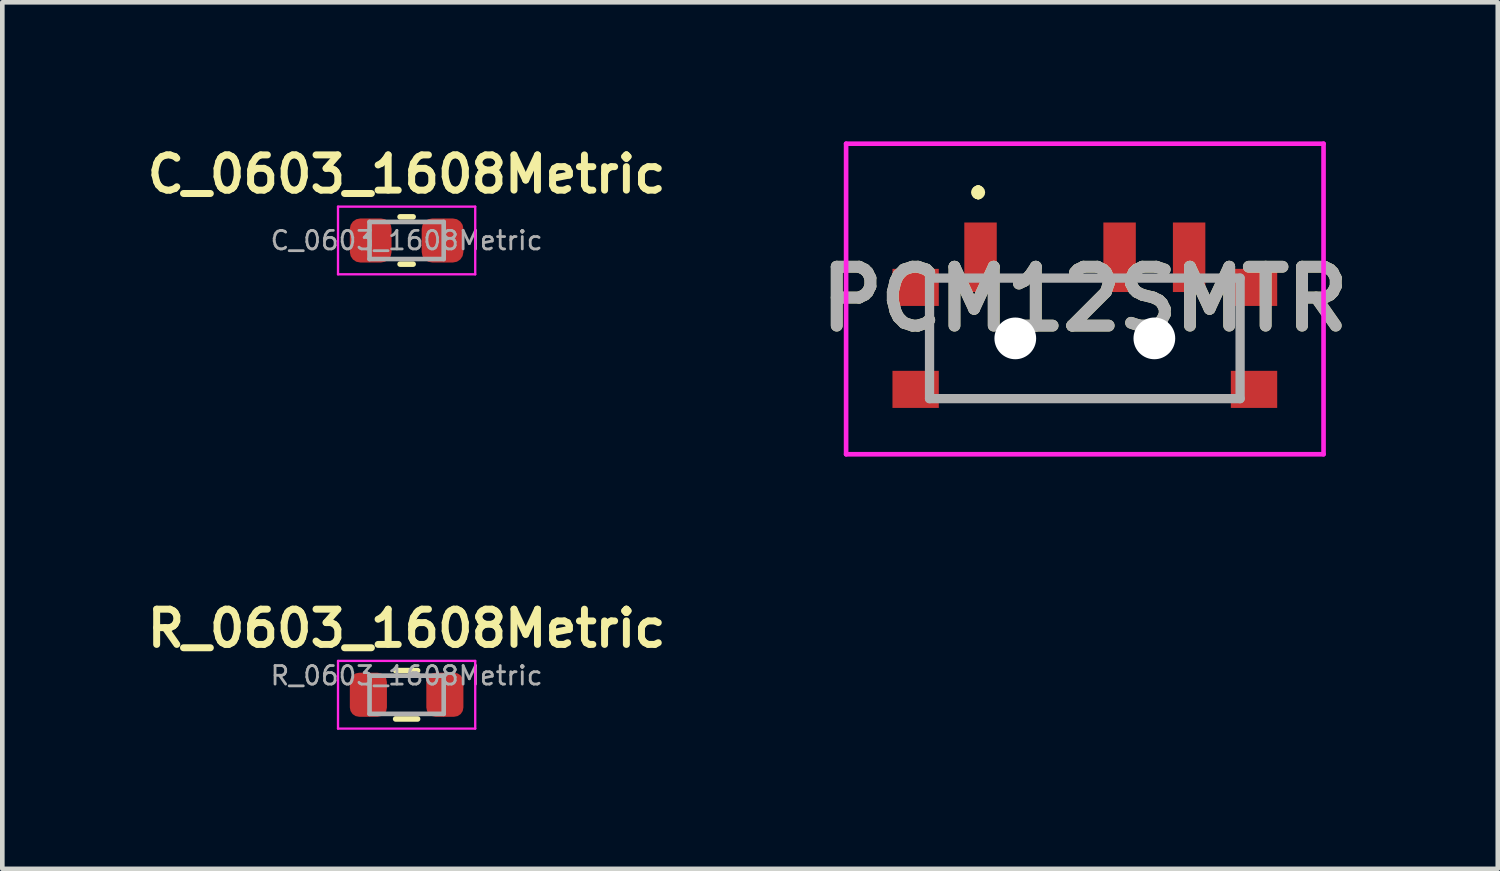
<source format=kicad_pcb>
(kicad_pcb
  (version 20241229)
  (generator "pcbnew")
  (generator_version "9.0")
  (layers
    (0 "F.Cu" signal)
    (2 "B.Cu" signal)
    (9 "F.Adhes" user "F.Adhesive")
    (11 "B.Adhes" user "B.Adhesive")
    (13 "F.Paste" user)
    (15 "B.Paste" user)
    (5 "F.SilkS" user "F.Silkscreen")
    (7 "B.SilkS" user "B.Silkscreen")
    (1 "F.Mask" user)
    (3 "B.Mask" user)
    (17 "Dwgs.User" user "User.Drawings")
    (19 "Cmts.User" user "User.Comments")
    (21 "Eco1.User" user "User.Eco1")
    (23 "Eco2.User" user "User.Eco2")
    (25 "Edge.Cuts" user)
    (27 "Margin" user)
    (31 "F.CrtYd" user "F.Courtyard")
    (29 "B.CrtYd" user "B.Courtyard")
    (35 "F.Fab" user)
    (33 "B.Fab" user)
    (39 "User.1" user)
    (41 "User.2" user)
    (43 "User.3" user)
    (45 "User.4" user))
  (footprint "R_0603_1608Metric"
    (layer "F.Cu")
    (at 5.722 11.938)
    (property "Reference" "R_0603_1608Metric" (at 0 -1.43 0) (layer "F.SilkS") (effects (font (size 0.76 0.76) (thickness 0.15))))
    (attr smd)
    (fp_line (start -0.237 -0.522) (end 0.237 -0.522) (stroke (width 0.12) (type solid)) (layer "F.SilkS"))
    (fp_line (start -0.237 0.522) (end 0.237 0.522) (stroke (width 0.12) (type solid)) (layer "F.SilkS"))
    (fp_line (start -1.48 -0.73) (end 1.48 -0.73) (stroke (width 0.05) (type solid)) (layer "F.CrtYd"))
    (fp_line (start -1.48 0.73) (end -1.48 -0.73) (stroke (width 0.05) (type solid)) (layer "F.CrtYd"))
    (fp_line (start 1.48 -0.73) (end 1.48 0.73) (stroke (width 0.05) (type solid)) (layer "F.CrtYd"))
    (fp_line (start 1.48 0.73) (end -1.48 0.73) (stroke (width 0.05) (type solid)) (layer "F.CrtYd"))
    (fp_line (start -0.8 -0.412) (end 0.8 -0.412) (stroke (width 0.1) (type solid)) (layer "F.Fab"))
    (fp_line (start -0.8 0.412) (end -0.8 -0.412) (stroke (width 0.1) (type solid)) (layer "F.Fab"))
    (fp_line (start 0.8 -0.412) (end 0.8 0.412) (stroke (width 0.1) (type solid)) (layer "F.Fab"))
    (fp_line (start 0.8 0.412) (end -0.8 0.412) (stroke (width 0.1) (type solid)) (layer "F.Fab"))
    (fp_text user "${REFERENCE}" (at 0 -0.412 0) (layer "F.Fab") (effects (font (size 0.4 0.4) (thickness 0.06))))
    (pad "1" smd roundrect (at -0.825 0) (size 0.8 0.95) (layers "F.Cu" "F.Mask" "F.Paste") (roundrect_rratio 0.25))
    (pad "2" smd roundrect (at 0.825 0) (size 0.8 0.95) (layers "F.Cu" "F.Mask" "F.Paste") (roundrect_rratio 0.25)))
  (footprint "C_0603_1608Metric"
    (layer "F.Cu")
    (at 5.722 2.138)
    (property "Reference" "C_0603_1608Metric" (at 0 -1.43 0) (layer "F.SilkS") (effects (font (size 0.76 0.76) (thickness 0.15))))
    (attr smd)
    (fp_line (start -0.141 -0.51) (end 0.141 -0.51) (stroke (width 0.12) (type solid)) (layer "F.SilkS"))
    (fp_line (start -0.141 0.51) (end 0.141 0.51) (stroke (width 0.12) (type solid)) (layer "F.SilkS"))
    (fp_line (start -1.48 -0.73) (end 1.48 -0.73) (stroke (width 0.05) (type solid)) (layer "F.CrtYd"))
    (fp_line (start -1.48 0.73) (end -1.48 -0.73) (stroke (width 0.05) (type solid)) (layer "F.CrtYd"))
    (fp_line (start 1.48 -0.73) (end 1.48 0.73) (stroke (width 0.05) (type solid)) (layer "F.CrtYd"))
    (fp_line (start 1.48 0.73) (end -1.48 0.73) (stroke (width 0.05) (type solid)) (layer "F.CrtYd"))
    (fp_line (start -0.8 -0.4) (end 0.8 -0.4) (stroke (width 0.1) (type solid)) (layer "F.Fab"))
    (fp_line (start -0.8 0.4) (end -0.8 -0.4) (stroke (width 0.1) (type solid)) (layer "F.Fab"))
    (fp_line (start 0.8 -0.4) (end 0.8 0.4) (stroke (width 0.1) (type solid)) (layer "F.Fab"))
    (fp_line (start 0.8 0.4) (end -0.8 0.4) (stroke (width 0.1) (type solid)) (layer "F.Fab"))
    (fp_text user "${REFERENCE}" (at 0 0 0) (layer "F.Fab") (effects (font (size 0.4 0.4) (thickness 0.06))))
    (pad "1" smd roundrect (at -0.775 0) (size 0.9 0.95) (layers "F.Cu" "F.Mask" "F.Paste") (roundrect_rratio 0.25))
    (pad "2" smd roundrect (at 0.775 0) (size 0.9 0.95) (layers "F.Cu" "F.Mask" "F.Paste") (roundrect_rratio 0.25)))
  (footprint "PCM12SMTR"
    (layer "F.Cu")
    (at 20.353 4.25)
    (property "Reference" "PCM12SMTR" (at 0 -0.85 0) (layer "F.SilkS") (effects (font (size 1.27 1.27) (thickness 0.254))))
    (attr through_hole)
    (fp_line (start -2.9 1.3) (end 2.9 1.3) (stroke (width 0.1) (type solid)) (layer "F.SilkS"))
    (fp_line (start -2.3 -3.2) (end -2.3 -3.2) (stroke (width 0.2) (type solid)) (layer "F.SilkS"))
    (fp_line (start -2.3 -3.2) (end -2.3 -3.2) (stroke (width 0.2) (type solid)) (layer "F.SilkS"))
    (fp_line (start -2.3 -3.1) (end -2.3 -3.1) (stroke (width 0.2) (type solid)) (layer "F.SilkS"))
    (fp_arc (start -2.3 -3.2) (mid -2.25 -3.15) (end -2.3 -3.1) (stroke (width 0.2) (type solid)) (layer "F.SilkS"))
    (fp_arc (start -2.3 -3.1) (mid -2.35 -3.15) (end -2.3 -3.2) (stroke (width 0.2) (type solid)) (layer "F.SilkS"))
    (fp_arc (start -2.3 -3.1) (mid -2.35 -3.15) (end -2.3 -3.2) (stroke (width 0.2) (type solid)) (layer "F.SilkS"))
    (fp_line (start -5.15 -4.2) (end 5.15 -4.2) (stroke (width 0.1) (type solid)) (layer "F.CrtYd"))
    (fp_line (start -5.15 2.5) (end -5.15 -4.2) (stroke (width 0.1) (type solid)) (layer "F.CrtYd"))
    (fp_line (start 5.15 -4.2) (end 5.15 2.5) (stroke (width 0.1) (type solid)) (layer "F.CrtYd"))
    (fp_line (start 5.15 2.5) (end -5.15 2.5) (stroke (width 0.1) (type solid)) (layer "F.CrtYd"))
    (fp_line (start -3.35 -1.3) (end -3.35 1.3) (stroke (width 0.2) (type solid)) (layer "F.Fab"))
    (fp_line (start -3.35 1.3) (end 3.35 1.3) (stroke (width 0.2) (type solid)) (layer "F.Fab"))
    (fp_line (start 3.35 -1.3) (end -3.35 -1.3) (stroke (width 0.2) (type solid)) (layer "F.Fab"))
    (fp_line (start 3.35 1.3) (end 3.35 -1.3) (stroke (width 0.2) (type solid)) (layer "F.Fab"))
    (fp_text user "${REFERENCE}" (at 0 -0.85 0) (layer "F.Fab") (effects (font (size 1.27 1.27) (thickness 0.254))))
    (pad "" np_thru_hole circle (at -1.5 0) (size 0.9 0.9) (drill 0.9) (layers "*.Cu" "*.Mask"))
    (pad "" np_thru_hole circle (at 1.5 0) (size 0.9 0.9) (drill 0.9) (layers "*.Cu" "*.Mask"))
    (pad "1" smd rect (at -2.25 -1.75) (size 0.7 1.5) (layers "F.Cu" "F.Mask" "F.Paste"))
    (pad "2" smd rect (at 0.75 -1.75) (size 0.7 1.5) (layers "F.Cu" "F.Mask" "F.Paste"))
    (pad "3" smd rect (at 2.25 -1.75) (size 0.7 1.5) (layers "F.Cu" "F.Mask" "F.Paste"))
    (pad "MP1" smd rect (at -3.65 -1.1 90) (size 0.8 1) (layers "F.Cu" "F.Mask" "F.Paste"))
    (pad "MP2" smd rect (at -3.65 1.1 90) (size 0.8 1) (layers "F.Cu" "F.Mask" "F.Paste"))
    (pad "MP3" smd rect (at 3.65 1.1 90) (size 0.8 1) (layers "F.Cu" "F.Mask" "F.Paste"))
    (pad "MP4" smd rect (at 3.65 -1.1 90) (size 0.8 1) (layers "F.Cu" "F.Mask" "F.Paste")))
  (gr_rect
    (start -3 -3)
    (end 29.262 15.693)
    (stroke (width 0.1) (type default))
    (fill no)
    (layer "Edge.Cuts")))
</source>
